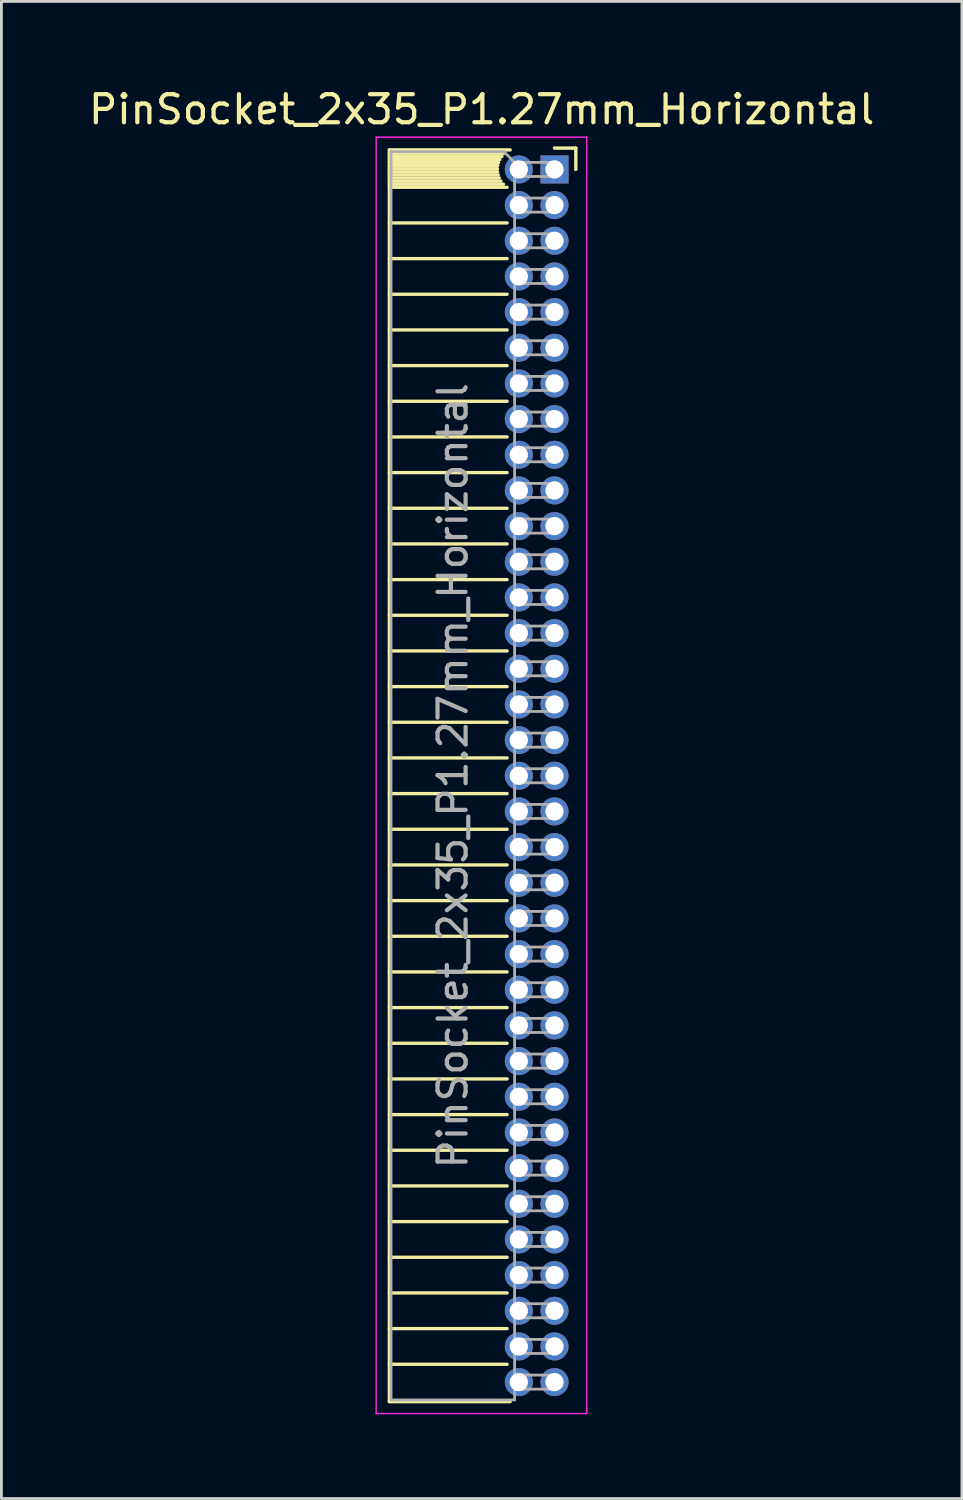
<source format=kicad_pcb>
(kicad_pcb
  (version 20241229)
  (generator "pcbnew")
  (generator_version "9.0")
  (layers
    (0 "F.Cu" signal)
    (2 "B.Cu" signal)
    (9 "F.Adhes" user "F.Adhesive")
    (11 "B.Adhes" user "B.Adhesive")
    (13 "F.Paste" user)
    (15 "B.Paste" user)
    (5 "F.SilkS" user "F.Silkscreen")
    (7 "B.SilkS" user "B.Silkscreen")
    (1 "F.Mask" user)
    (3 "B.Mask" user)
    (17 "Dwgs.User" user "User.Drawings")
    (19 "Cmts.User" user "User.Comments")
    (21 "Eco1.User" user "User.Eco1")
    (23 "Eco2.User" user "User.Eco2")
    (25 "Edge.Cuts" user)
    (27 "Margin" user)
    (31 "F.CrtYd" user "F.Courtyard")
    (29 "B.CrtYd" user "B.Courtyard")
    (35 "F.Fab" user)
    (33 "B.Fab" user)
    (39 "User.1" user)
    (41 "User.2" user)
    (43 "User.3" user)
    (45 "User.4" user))
  (footprint "PinSocket_2x35_P1.27mm_Horizontal"
    (layer "F.Cu")
    (at 16.694 2.983)
    (property "Reference" "PinSocket_2x35_P1.27mm_Horizontal" (at -2.592 -2.135 0) (layer "F.SilkS") (effects (font (size 1 1) (thickness 0.15))))
    (attr through_hole)
    (fp_line (start -5.88 -0.695) (end -5.88 43.875) (stroke (width 0.12) (type solid)) (layer "F.SilkS"))
    (fp_line (start -5.88 -0.695) (end -1.578 -0.695) (stroke (width 0.12) (type solid)) (layer "F.SilkS"))
    (fp_line (start -5.88 -0.575) (end -1.767 -0.575) (stroke (width 0.12) (type solid)) (layer "F.SilkS"))
    (fp_line (start -5.88 -0.465) (end -1.871 -0.465) (stroke (width 0.12) (type solid)) (layer "F.SilkS"))
    (fp_line (start -5.88 -0.355) (end -1.942 -0.355) (stroke (width 0.12) (type solid)) (layer "F.SilkS"))
    (fp_line (start -5.88 -0.245) (end -1.989 -0.245) (stroke (width 0.12) (type solid)) (layer "F.SilkS"))
    (fp_line (start -5.88 -0.135) (end -2.018 -0.135) (stroke (width 0.12) (type solid)) (layer "F.SilkS"))
    (fp_line (start -5.88 -0.025) (end -2.03 -0.025) (stroke (width 0.12) (type solid)) (layer "F.SilkS"))
    (fp_line (start -5.88 0.085) (end -2.025 0.085) (stroke (width 0.12) (type solid)) (layer "F.SilkS"))
    (fp_line (start -5.88 0.195) (end -2.005 0.195) (stroke (width 0.12) (type solid)) (layer "F.SilkS"))
    (fp_line (start -5.88 0.305) (end -1.966 0.305) (stroke (width 0.12) (type solid)) (layer "F.SilkS"))
    (fp_line (start -5.88 0.415) (end -1.907 0.415) (stroke (width 0.12) (type solid)) (layer "F.SilkS"))
    (fp_line (start -5.88 0.525) (end -1.82 0.525) (stroke (width 0.12) (type solid)) (layer "F.SilkS"))
    (fp_line (start -5.88 0.635) (end -1.688 0.635) (stroke (width 0.12) (type solid)) (layer "F.SilkS"))
    (fp_line (start -5.88 1.905) (end -1.688 1.905) (stroke (width 0.12) (type solid)) (layer "F.SilkS"))
    (fp_line (start -5.88 3.175) (end -1.688 3.175) (stroke (width 0.12) (type solid)) (layer "F.SilkS"))
    (fp_line (start -5.88 4.445) (end -1.688 4.445) (stroke (width 0.12) (type solid)) (layer "F.SilkS"))
    (fp_line (start -5.88 5.715) (end -1.688 5.715) (stroke (width 0.12) (type solid)) (layer "F.SilkS"))
    (fp_line (start -5.88 6.985) (end -1.688 6.985) (stroke (width 0.12) (type solid)) (layer "F.SilkS"))
    (fp_line (start -5.88 8.255) (end -1.688 8.255) (stroke (width 0.12) (type solid)) (layer "F.SilkS"))
    (fp_line (start -5.88 9.525) (end -1.688 9.525) (stroke (width 0.12) (type solid)) (layer "F.SilkS"))
    (fp_line (start -5.88 10.795) (end -1.688 10.795) (stroke (width 0.12) (type solid)) (layer "F.SilkS"))
    (fp_line (start -5.88 12.065) (end -1.688 12.065) (stroke (width 0.12) (type solid)) (layer "F.SilkS"))
    (fp_line (start -5.88 13.335) (end -1.688 13.335) (stroke (width 0.12) (type solid)) (layer "F.SilkS"))
    (fp_line (start -5.88 14.605) (end -1.688 14.605) (stroke (width 0.12) (type solid)) (layer "F.SilkS"))
    (fp_line (start -5.88 15.875) (end -1.688 15.875) (stroke (width 0.12) (type solid)) (layer "F.SilkS"))
    (fp_line (start -5.88 17.145) (end -1.688 17.145) (stroke (width 0.12) (type solid)) (layer "F.SilkS"))
    (fp_line (start -5.88 18.415) (end -1.688 18.415) (stroke (width 0.12) (type solid)) (layer "F.SilkS"))
    (fp_line (start -5.88 19.685) (end -1.688 19.685) (stroke (width 0.12) (type solid)) (layer "F.SilkS"))
    (fp_line (start -5.88 20.955) (end -1.688 20.955) (stroke (width 0.12) (type solid)) (layer "F.SilkS"))
    (fp_line (start -5.88 22.225) (end -1.688 22.225) (stroke (width 0.12) (type solid)) (layer "F.SilkS"))
    (fp_line (start -5.88 23.495) (end -1.688 23.495) (stroke (width 0.12) (type solid)) (layer "F.SilkS"))
    (fp_line (start -5.88 24.765) (end -1.688 24.765) (stroke (width 0.12) (type solid)) (layer "F.SilkS"))
    (fp_line (start -5.88 26.035) (end -1.688 26.035) (stroke (width 0.12) (type solid)) (layer "F.SilkS"))
    (fp_line (start -5.88 27.305) (end -1.688 27.305) (stroke (width 0.12) (type solid)) (layer "F.SilkS"))
    (fp_line (start -5.88 28.575) (end -1.688 28.575) (stroke (width 0.12) (type solid)) (layer "F.SilkS"))
    (fp_line (start -5.88 29.845) (end -1.688 29.845) (stroke (width 0.12) (type solid)) (layer "F.SilkS"))
    (fp_line (start -5.88 31.115) (end -1.688 31.115) (stroke (width 0.12) (type solid)) (layer "F.SilkS"))
    (fp_line (start -5.88 32.385) (end -1.688 32.385) (stroke (width 0.12) (type solid)) (layer "F.SilkS"))
    (fp_line (start -5.88 33.655) (end -1.688 33.655) (stroke (width 0.12) (type solid)) (layer "F.SilkS"))
    (fp_line (start -5.88 34.925) (end -1.688 34.925) (stroke (width 0.12) (type solid)) (layer "F.SilkS"))
    (fp_line (start -5.88 36.195) (end -1.688 36.195) (stroke (width 0.12) (type solid)) (layer "F.SilkS"))
    (fp_line (start -5.88 37.465) (end -1.688 37.465) (stroke (width 0.12) (type solid)) (layer "F.SilkS"))
    (fp_line (start -5.88 38.735) (end -1.688 38.735) (stroke (width 0.12) (type solid)) (layer "F.SilkS"))
    (fp_line (start -5.88 40.005) (end -1.688 40.005) (stroke (width 0.12) (type solid)) (layer "F.SilkS"))
    (fp_line (start -5.88 41.275) (end -1.688 41.275) (stroke (width 0.12) (type solid)) (layer "F.SilkS"))
    (fp_line (start -5.88 42.545) (end -1.688 42.545) (stroke (width 0.12) (type solid)) (layer "F.SilkS"))
    (fp_line (start -5.88 43.875) (end -1.578 43.875) (stroke (width 0.12) (type solid)) (layer "F.SilkS"))
    (fp_line (start 0 -0.76) (end 0.76 -0.76) (stroke (width 0.12) (type solid)) (layer "F.SilkS"))
    (fp_line (start 0.76 -0.76) (end 0.76 0) (stroke (width 0.12) (type solid)) (layer "F.SilkS"))
    (fp_line (start -6.35 -1.15) (end -6.35 44.3) (stroke (width 0.05) (type solid)) (layer "F.CrtYd"))
    (fp_line (start -6.35 44.3) (end 1.15 44.3) (stroke (width 0.05) (type solid)) (layer "F.CrtYd"))
    (fp_line (start 1.15 -1.15) (end -6.35 -1.15) (stroke (width 0.05) (type solid)) (layer "F.CrtYd"))
    (fp_line (start 1.15 44.3) (end 1.15 -1.15) (stroke (width 0.05) (type solid)) (layer "F.CrtYd"))
    (fp_line (start -5.82 -0.635) (end -1.805 -0.635) (stroke (width 0.1) (type solid)) (layer "F.Fab"))
    (fp_line (start -5.82 43.815) (end -5.82 -0.635) (stroke (width 0.1) (type solid)) (layer "F.Fab"))
    (fp_line (start -1.805 -0.635) (end -1.42 -0.25) (stroke (width 0.1) (type solid)) (layer "F.Fab"))
    (fp_line (start -1.42 -0.25) (end -1.42 43.815) (stroke (width 0.1) (type solid)) (layer "F.Fab"))
    (fp_line (start -1.42 0.25) (end 0 0.25) (stroke (width 0.1) (type solid)) (layer "F.Fab"))
    (fp_line (start -1.42 1.52) (end 0 1.52) (stroke (width 0.1) (type solid)) (layer "F.Fab"))
    (fp_line (start -1.42 2.79) (end 0 2.79) (stroke (width 0.1) (type solid)) (layer "F.Fab"))
    (fp_line (start -1.42 4.06) (end 0 4.06) (stroke (width 0.1) (type solid)) (layer "F.Fab"))
    (fp_line (start -1.42 5.33) (end 0 5.33) (stroke (width 0.1) (type solid)) (layer "F.Fab"))
    (fp_line (start -1.42 6.6) (end 0 6.6) (stroke (width 0.1) (type solid)) (layer "F.Fab"))
    (fp_line (start -1.42 7.87) (end 0 7.87) (stroke (width 0.1) (type solid)) (layer "F.Fab"))
    (fp_line (start -1.42 9.14) (end 0 9.14) (stroke (width 0.1) (type solid)) (layer "F.Fab"))
    (fp_line (start -1.42 10.41) (end 0 10.41) (stroke (width 0.1) (type solid)) (layer "F.Fab"))
    (fp_line (start -1.42 11.68) (end 0 11.68) (stroke (width 0.1) (type solid)) (layer "F.Fab"))
    (fp_line (start -1.42 12.95) (end 0 12.95) (stroke (width 0.1) (type solid)) (layer "F.Fab"))
    (fp_line (start -1.42 14.22) (end 0 14.22) (stroke (width 0.1) (type solid)) (layer "F.Fab"))
    (fp_line (start -1.42 15.49) (end 0 15.49) (stroke (width 0.1) (type solid)) (layer "F.Fab"))
    (fp_line (start -1.42 16.76) (end 0 16.76) (stroke (width 0.1) (type solid)) (layer "F.Fab"))
    (fp_line (start -1.42 18.03) (end 0 18.03) (stroke (width 0.1) (type solid)) (layer "F.Fab"))
    (fp_line (start -1.42 19.3) (end 0 19.3) (stroke (width 0.1) (type solid)) (layer "F.Fab"))
    (fp_line (start -1.42 20.57) (end 0 20.57) (stroke (width 0.1) (type solid)) (layer "F.Fab"))
    (fp_line (start -1.42 21.84) (end 0 21.84) (stroke (width 0.1) (type solid)) (layer "F.Fab"))
    (fp_line (start -1.42 23.11) (end 0 23.11) (stroke (width 0.1) (type solid)) (layer "F.Fab"))
    (fp_line (start -1.42 24.38) (end 0 24.38) (stroke (width 0.1) (type solid)) (layer "F.Fab"))
    (fp_line (start -1.42 25.65) (end 0 25.65) (stroke (width 0.1) (type solid)) (layer "F.Fab"))
    (fp_line (start -1.42 26.92) (end 0 26.92) (stroke (width 0.1) (type solid)) (layer "F.Fab"))
    (fp_line (start -1.42 28.19) (end 0 28.19) (stroke (width 0.1) (type solid)) (layer "F.Fab"))
    (fp_line (start -1.42 29.46) (end 0 29.46) (stroke (width 0.1) (type solid)) (layer "F.Fab"))
    (fp_line (start -1.42 30.73) (end 0 30.73) (stroke (width 0.1) (type solid)) (layer "F.Fab"))
    (fp_line (start -1.42 32) (end 0 32) (stroke (width 0.1) (type solid)) (layer "F.Fab"))
    (fp_line (start -1.42 33.27) (end 0 33.27) (stroke (width 0.1) (type solid)) (layer "F.Fab"))
    (fp_line (start -1.42 34.54) (end 0 34.54) (stroke (width 0.1) (type solid)) (layer "F.Fab"))
    (fp_line (start -1.42 35.81) (end 0 35.81) (stroke (width 0.1) (type solid)) (layer "F.Fab"))
    (fp_line (start -1.42 37.08) (end 0 37.08) (stroke (width 0.1) (type solid)) (layer "F.Fab"))
    (fp_line (start -1.42 38.35) (end 0 38.35) (stroke (width 0.1) (type solid)) (layer "F.Fab"))
    (fp_line (start -1.42 39.62) (end 0 39.62) (stroke (width 0.1) (type solid)) (layer "F.Fab"))
    (fp_line (start -1.42 40.89) (end 0 40.89) (stroke (width 0.1) (type solid)) (layer "F.Fab"))
    (fp_line (start -1.42 42.16) (end 0 42.16) (stroke (width 0.1) (type solid)) (layer "F.Fab"))
    (fp_line (start -1.42 43.43) (end 0 43.43) (stroke (width 0.1) (type solid)) (layer "F.Fab"))
    (fp_line (start -1.42 43.815) (end -5.82 43.815) (stroke (width 0.1) (type solid)) (layer "F.Fab"))
    (fp_line (start 0 -0.25) (end -1.42 -0.25) (stroke (width 0.1) (type solid)) (layer "F.Fab"))
    (fp_line (start 0 0.25) (end 0 -0.25) (stroke (width 0.1) (type solid)) (layer "F.Fab"))
    (fp_line (start 0 1.02) (end -1.42 1.02) (stroke (width 0.1) (type solid)) (layer "F.Fab"))
    (fp_line (start 0 1.52) (end 0 1.02) (stroke (width 0.1) (type solid)) (layer "F.Fab"))
    (fp_line (start 0 2.29) (end -1.42 2.29) (stroke (width 0.1) (type solid)) (layer "F.Fab"))
    (fp_line (start 0 2.79) (end 0 2.29) (stroke (width 0.1) (type solid)) (layer "F.Fab"))
    (fp_line (start 0 3.56) (end -1.42 3.56) (stroke (width 0.1) (type solid)) (layer "F.Fab"))
    (fp_line (start 0 4.06) (end 0 3.56) (stroke (width 0.1) (type solid)) (layer "F.Fab"))
    (fp_line (start 0 4.83) (end -1.42 4.83) (stroke (width 0.1) (type solid)) (layer "F.Fab"))
    (fp_line (start 0 5.33) (end 0 4.83) (stroke (width 0.1) (type solid)) (layer "F.Fab"))
    (fp_line (start 0 6.1) (end -1.42 6.1) (stroke (width 0.1) (type solid)) (layer "F.Fab"))
    (fp_line (start 0 6.6) (end 0 6.1) (stroke (width 0.1) (type solid)) (layer "F.Fab"))
    (fp_line (start 0 7.37) (end -1.42 7.37) (stroke (width 0.1) (type solid)) (layer "F.Fab"))
    (fp_line (start 0 7.87) (end 0 7.37) (stroke (width 0.1) (type solid)) (layer "F.Fab"))
    (fp_line (start 0 8.64) (end -1.42 8.64) (stroke (width 0.1) (type solid)) (layer "F.Fab"))
    (fp_line (start 0 9.14) (end 0 8.64) (stroke (width 0.1) (type solid)) (layer "F.Fab"))
    (fp_line (start 0 9.91) (end -1.42 9.91) (stroke (width 0.1) (type solid)) (layer "F.Fab"))
    (fp_line (start 0 10.41) (end 0 9.91) (stroke (width 0.1) (type solid)) (layer "F.Fab"))
    (fp_line (start 0 11.18) (end -1.42 11.18) (stroke (width 0.1) (type solid)) (layer "F.Fab"))
    (fp_line (start 0 11.68) (end 0 11.18) (stroke (width 0.1) (type solid)) (layer "F.Fab"))
    (fp_line (start 0 12.45) (end -1.42 12.45) (stroke (width 0.1) (type solid)) (layer "F.Fab"))
    (fp_line (start 0 12.95) (end 0 12.45) (stroke (width 0.1) (type solid)) (layer "F.Fab"))
    (fp_line (start 0 13.72) (end -1.42 13.72) (stroke (width 0.1) (type solid)) (layer "F.Fab"))
    (fp_line (start 0 14.22) (end 0 13.72) (stroke (width 0.1) (type solid)) (layer "F.Fab"))
    (fp_line (start 0 14.99) (end -1.42 14.99) (stroke (width 0.1) (type solid)) (layer "F.Fab"))
    (fp_line (start 0 15.49) (end 0 14.99) (stroke (width 0.1) (type solid)) (layer "F.Fab"))
    (fp_line (start 0 16.26) (end -1.42 16.26) (stroke (width 0.1) (type solid)) (layer "F.Fab"))
    (fp_line (start 0 16.76) (end 0 16.26) (stroke (width 0.1) (type solid)) (layer "F.Fab"))
    (fp_line (start 0 17.53) (end -1.42 17.53) (stroke (width 0.1) (type solid)) (layer "F.Fab"))
    (fp_line (start 0 18.03) (end 0 17.53) (stroke (width 0.1) (type solid)) (layer "F.Fab"))
    (fp_line (start 0 18.8) (end -1.42 18.8) (stroke (width 0.1) (type solid)) (layer "F.Fab"))
    (fp_line (start 0 19.3) (end 0 18.8) (stroke (width 0.1) (type solid)) (layer "F.Fab"))
    (fp_line (start 0 20.07) (end -1.42 20.07) (stroke (width 0.1) (type solid)) (layer "F.Fab"))
    (fp_line (start 0 20.57) (end 0 20.07) (stroke (width 0.1) (type solid)) (layer "F.Fab"))
    (fp_line (start 0 21.34) (end -1.42 21.34) (stroke (width 0.1) (type solid)) (layer "F.Fab"))
    (fp_line (start 0 21.84) (end 0 21.34) (stroke (width 0.1) (type solid)) (layer "F.Fab"))
    (fp_line (start 0 22.61) (end -1.42 22.61) (stroke (width 0.1) (type solid)) (layer "F.Fab"))
    (fp_line (start 0 23.11) (end 0 22.61) (stroke (width 0.1) (type solid)) (layer "F.Fab"))
    (fp_line (start 0 23.88) (end -1.42 23.88) (stroke (width 0.1) (type solid)) (layer "F.Fab"))
    (fp_line (start 0 24.38) (end 0 23.88) (stroke (width 0.1) (type solid)) (layer "F.Fab"))
    (fp_line (start 0 25.15) (end -1.42 25.15) (stroke (width 0.1) (type solid)) (layer "F.Fab"))
    (fp_line (start 0 25.65) (end 0 25.15) (stroke (width 0.1) (type solid)) (layer "F.Fab"))
    (fp_line (start 0 26.42) (end -1.42 26.42) (stroke (width 0.1) (type solid)) (layer "F.Fab"))
    (fp_line (start 0 26.92) (end 0 26.42) (stroke (width 0.1) (type solid)) (layer "F.Fab"))
    (fp_line (start 0 27.69) (end -1.42 27.69) (stroke (width 0.1) (type solid)) (layer "F.Fab"))
    (fp_line (start 0 28.19) (end 0 27.69) (stroke (width 0.1) (type solid)) (layer "F.Fab"))
    (fp_line (start 0 28.96) (end -1.42 28.96) (stroke (width 0.1) (type solid)) (layer "F.Fab"))
    (fp_line (start 0 29.46) (end 0 28.96) (stroke (width 0.1) (type solid)) (layer "F.Fab"))
    (fp_line (start 0 30.23) (end -1.42 30.23) (stroke (width 0.1) (type solid)) (layer "F.Fab"))
    (fp_line (start 0 30.73) (end 0 30.23) (stroke (width 0.1) (type solid)) (layer "F.Fab"))
    (fp_line (start 0 31.5) (end -1.42 31.5) (stroke (width 0.1) (type solid)) (layer "F.Fab"))
    (fp_line (start 0 32) (end 0 31.5) (stroke (width 0.1) (type solid)) (layer "F.Fab"))
    (fp_line (start 0 32.77) (end -1.42 32.77) (stroke (width 0.1) (type solid)) (layer "F.Fab"))
    (fp_line (start 0 33.27) (end 0 32.77) (stroke (width 0.1) (type solid)) (layer "F.Fab"))
    (fp_line (start 0 34.04) (end -1.42 34.04) (stroke (width 0.1) (type solid)) (layer "F.Fab"))
    (fp_line (start 0 34.54) (end 0 34.04) (stroke (width 0.1) (type solid)) (layer "F.Fab"))
    (fp_line (start 0 35.31) (end -1.42 35.31) (stroke (width 0.1) (type solid)) (layer "F.Fab"))
    (fp_line (start 0 35.81) (end 0 35.31) (stroke (width 0.1) (type solid)) (layer "F.Fab"))
    (fp_line (start 0 36.58) (end -1.42 36.58) (stroke (width 0.1) (type solid)) (layer "F.Fab"))
    (fp_line (start 0 37.08) (end 0 36.58) (stroke (width 0.1) (type solid)) (layer "F.Fab"))
    (fp_line (start 0 37.85) (end -1.42 37.85) (stroke (width 0.1) (type solid)) (layer "F.Fab"))
    (fp_line (start 0 38.35) (end 0 37.85) (stroke (width 0.1) (type solid)) (layer "F.Fab"))
    (fp_line (start 0 39.12) (end -1.42 39.12) (stroke (width 0.1) (type solid)) (layer "F.Fab"))
    (fp_line (start 0 39.62) (end 0 39.12) (stroke (width 0.1) (type solid)) (layer "F.Fab"))
    (fp_line (start 0 40.39) (end -1.42 40.39) (stroke (width 0.1) (type solid)) (layer "F.Fab"))
    (fp_line (start 0 40.89) (end 0 40.39) (stroke (width 0.1) (type solid)) (layer "F.Fab"))
    (fp_line (start 0 41.66) (end -1.42 41.66) (stroke (width 0.1) (type solid)) (layer "F.Fab"))
    (fp_line (start 0 42.16) (end 0 41.66) (stroke (width 0.1) (type solid)) (layer "F.Fab"))
    (fp_line (start 0 42.93) (end -1.42 42.93) (stroke (width 0.1) (type solid)) (layer "F.Fab"))
    (fp_line (start 0 43.43) (end 0 42.93) (stroke (width 0.1) (type solid)) (layer "F.Fab"))
    (fp_text user "${REFERENCE}" (at -3.62 21.59 90) (layer "F.Fab") (effects (font (size 1 1) (thickness 0.15))))
    (pad "1" thru_hole rect (at 0 0) (size 1 1) (drill 0.65) (layers "*.Cu" "*.Mask"))
    (pad "2" thru_hole circle (at -1.27 0) (size 1 1) (drill 0.65) (layers "*.Cu" "*.Mask"))
    (pad "3" thru_hole circle (at 0 1.27) (size 1 1) (drill 0.65) (layers "*.Cu" "*.Mask"))
    (pad "4" thru_hole circle (at -1.27 1.27) (size 1 1) (drill 0.65) (layers "*.Cu" "*.Mask"))
    (pad "5" thru_hole circle (at 0 2.54) (size 1 1) (drill 0.65) (layers "*.Cu" "*.Mask"))
    (pad "6" thru_hole circle (at -1.27 2.54) (size 1 1) (drill 0.65) (layers "*.Cu" "*.Mask"))
    (pad "7" thru_hole circle (at 0 3.81) (size 1 1) (drill 0.65) (layers "*.Cu" "*.Mask"))
    (pad "8" thru_hole circle (at -1.27 3.81) (size 1 1) (drill 0.65) (layers "*.Cu" "*.Mask"))
    (pad "9" thru_hole circle (at 0 5.08) (size 1 1) (drill 0.65) (layers "*.Cu" "*.Mask"))
    (pad "10" thru_hole circle (at -1.27 5.08) (size 1 1) (drill 0.65) (layers "*.Cu" "*.Mask"))
    (pad "11" thru_hole circle (at 0 6.35) (size 1 1) (drill 0.65) (layers "*.Cu" "*.Mask"))
    (pad "12" thru_hole circle (at -1.27 6.35) (size 1 1) (drill 0.65) (layers "*.Cu" "*.Mask"))
    (pad "13" thru_hole circle (at 0 7.62) (size 1 1) (drill 0.65) (layers "*.Cu" "*.Mask"))
    (pad "14" thru_hole circle (at -1.27 7.62) (size 1 1) (drill 0.65) (layers "*.Cu" "*.Mask"))
    (pad "15" thru_hole circle (at 0 8.89) (size 1 1) (drill 0.65) (layers "*.Cu" "*.Mask"))
    (pad "16" thru_hole circle (at -1.27 8.89) (size 1 1) (drill 0.65) (layers "*.Cu" "*.Mask"))
    (pad "17" thru_hole circle (at 0 10.16) (size 1 1) (drill 0.65) (layers "*.Cu" "*.Mask"))
    (pad "18" thru_hole circle (at -1.27 10.16) (size 1 1) (drill 0.65) (layers "*.Cu" "*.Mask"))
    (pad "19" thru_hole circle (at 0 11.43) (size 1 1) (drill 0.65) (layers "*.Cu" "*.Mask"))
    (pad "20" thru_hole circle (at -1.27 11.43) (size 1 1) (drill 0.65) (layers "*.Cu" "*.Mask"))
    (pad "21" thru_hole circle (at 0 12.7) (size 1 1) (drill 0.65) (layers "*.Cu" "*.Mask"))
    (pad "22" thru_hole circle (at -1.27 12.7) (size 1 1) (drill 0.65) (layers "*.Cu" "*.Mask"))
    (pad "23" thru_hole circle (at 0 13.97) (size 1 1) (drill 0.65) (layers "*.Cu" "*.Mask"))
    (pad "24" thru_hole circle (at -1.27 13.97) (size 1 1) (drill 0.65) (layers "*.Cu" "*.Mask"))
    (pad "25" thru_hole circle (at 0 15.24) (size 1 1) (drill 0.65) (layers "*.Cu" "*.Mask"))
    (pad "26" thru_hole circle (at -1.27 15.24) (size 1 1) (drill 0.65) (layers "*.Cu" "*.Mask"))
    (pad "27" thru_hole circle (at 0 16.51) (size 1 1) (drill 0.65) (layers "*.Cu" "*.Mask"))
    (pad "28" thru_hole circle (at -1.27 16.51) (size 1 1) (drill 0.65) (layers "*.Cu" "*.Mask"))
    (pad "29" thru_hole circle (at 0 17.78) (size 1 1) (drill 0.65) (layers "*.Cu" "*.Mask"))
    (pad "30" thru_hole circle (at -1.27 17.78) (size 1 1) (drill 0.65) (layers "*.Cu" "*.Mask"))
    (pad "31" thru_hole circle (at 0 19.05) (size 1 1) (drill 0.65) (layers "*.Cu" "*.Mask"))
    (pad "32" thru_hole circle (at -1.27 19.05) (size 1 1) (drill 0.65) (layers "*.Cu" "*.Mask"))
    (pad "33" thru_hole circle (at 0 20.32) (size 1 1) (drill 0.65) (layers "*.Cu" "*.Mask"))
    (pad "34" thru_hole circle (at -1.27 20.32) (size 1 1) (drill 0.65) (layers "*.Cu" "*.Mask"))
    (pad "35" thru_hole circle (at 0 21.59) (size 1 1) (drill 0.65) (layers "*.Cu" "*.Mask"))
    (pad "36" thru_hole circle (at -1.27 21.59) (size 1 1) (drill 0.65) (layers "*.Cu" "*.Mask"))
    (pad "37" thru_hole circle (at 0 22.86) (size 1 1) (drill 0.65) (layers "*.Cu" "*.Mask"))
    (pad "38" thru_hole circle (at -1.27 22.86) (size 1 1) (drill 0.65) (layers "*.Cu" "*.Mask"))
    (pad "39" thru_hole circle (at 0 24.13) (size 1 1) (drill 0.65) (layers "*.Cu" "*.Mask"))
    (pad "40" thru_hole circle (at -1.27 24.13) (size 1 1) (drill 0.65) (layers "*.Cu" "*.Mask"))
    (pad "41" thru_hole circle (at 0 25.4) (size 1 1) (drill 0.65) (layers "*.Cu" "*.Mask"))
    (pad "42" thru_hole circle (at -1.27 25.4) (size 1 1) (drill 0.65) (layers "*.Cu" "*.Mask"))
    (pad "43" thru_hole circle (at 0 26.67) (size 1 1) (drill 0.65) (layers "*.Cu" "*.Mask"))
    (pad "44" thru_hole circle (at -1.27 26.67) (size 1 1) (drill 0.65) (layers "*.Cu" "*.Mask"))
    (pad "45" thru_hole circle (at 0 27.94) (size 1 1) (drill 0.65) (layers "*.Cu" "*.Mask"))
    (pad "46" thru_hole circle (at -1.27 27.94) (size 1 1) (drill 0.65) (layers "*.Cu" "*.Mask"))
    (pad "47" thru_hole circle (at 0 29.21) (size 1 1) (drill 0.65) (layers "*.Cu" "*.Mask"))
    (pad "48" thru_hole circle (at -1.27 29.21) (size 1 1) (drill 0.65) (layers "*.Cu" "*.Mask"))
    (pad "49" thru_hole circle (at 0 30.48) (size 1 1) (drill 0.65) (layers "*.Cu" "*.Mask"))
    (pad "50" thru_hole circle (at -1.27 30.48) (size 1 1) (drill 0.65) (layers "*.Cu" "*.Mask"))
    (pad "51" thru_hole circle (at 0 31.75) (size 1 1) (drill 0.65) (layers "*.Cu" "*.Mask"))
    (pad "52" thru_hole circle (at -1.27 31.75) (size 1 1) (drill 0.65) (layers "*.Cu" "*.Mask"))
    (pad "53" thru_hole circle (at 0 33.02) (size 1 1) (drill 0.65) (layers "*.Cu" "*.Mask"))
    (pad "54" thru_hole circle (at -1.27 33.02) (size 1 1) (drill 0.65) (layers "*.Cu" "*.Mask"))
    (pad "55" thru_hole circle (at 0 34.29) (size 1 1) (drill 0.65) (layers "*.Cu" "*.Mask"))
    (pad "56" thru_hole circle (at -1.27 34.29) (size 1 1) (drill 0.65) (layers "*.Cu" "*.Mask"))
    (pad "57" thru_hole circle (at 0 35.56) (size 1 1) (drill 0.65) (layers "*.Cu" "*.Mask"))
    (pad "58" thru_hole circle (at -1.27 35.56) (size 1 1) (drill 0.65) (layers "*.Cu" "*.Mask"))
    (pad "59" thru_hole circle (at 0 36.83) (size 1 1) (drill 0.65) (layers "*.Cu" "*.Mask"))
    (pad "60" thru_hole circle (at -1.27 36.83) (size 1 1) (drill 0.65) (layers "*.Cu" "*.Mask"))
    (pad "61" thru_hole circle (at 0 38.1) (size 1 1) (drill 0.65) (layers "*.Cu" "*.Mask"))
    (pad "62" thru_hole circle (at -1.27 38.1) (size 1 1) (drill 0.65) (layers "*.Cu" "*.Mask"))
    (pad "63" thru_hole circle (at 0 39.37) (size 1 1) (drill 0.65) (layers "*.Cu" "*.Mask"))
    (pad "64" thru_hole circle (at -1.27 39.37) (size 1 1) (drill 0.65) (layers "*.Cu" "*.Mask"))
    (pad "65" thru_hole circle (at 0 40.64) (size 1 1) (drill 0.65) (layers "*.Cu" "*.Mask"))
    (pad "66" thru_hole circle (at -1.27 40.64) (size 1 1) (drill 0.65) (layers "*.Cu" "*.Mask"))
    (pad "67" thru_hole circle (at 0 41.91) (size 1 1) (drill 0.65) (layers "*.Cu" "*.Mask"))
    (pad "68" thru_hole circle (at -1.27 41.91) (size 1 1) (drill 0.65) (layers "*.Cu" "*.Mask"))
    (pad "69" thru_hole circle (at 0 43.18) (size 1 1) (drill 0.65) (layers "*.Cu" "*.Mask"))
    (pad "70" thru_hole circle (at -1.27 43.18) (size 1 1) (drill 0.65) (layers "*.Cu" "*.Mask")))
  (gr_rect
    (start -3 -3)
    (end 31.202 50.308)
    (stroke (width 0.1) (type default))
    (fill no)
    (layer "Edge.Cuts")))
</source>
